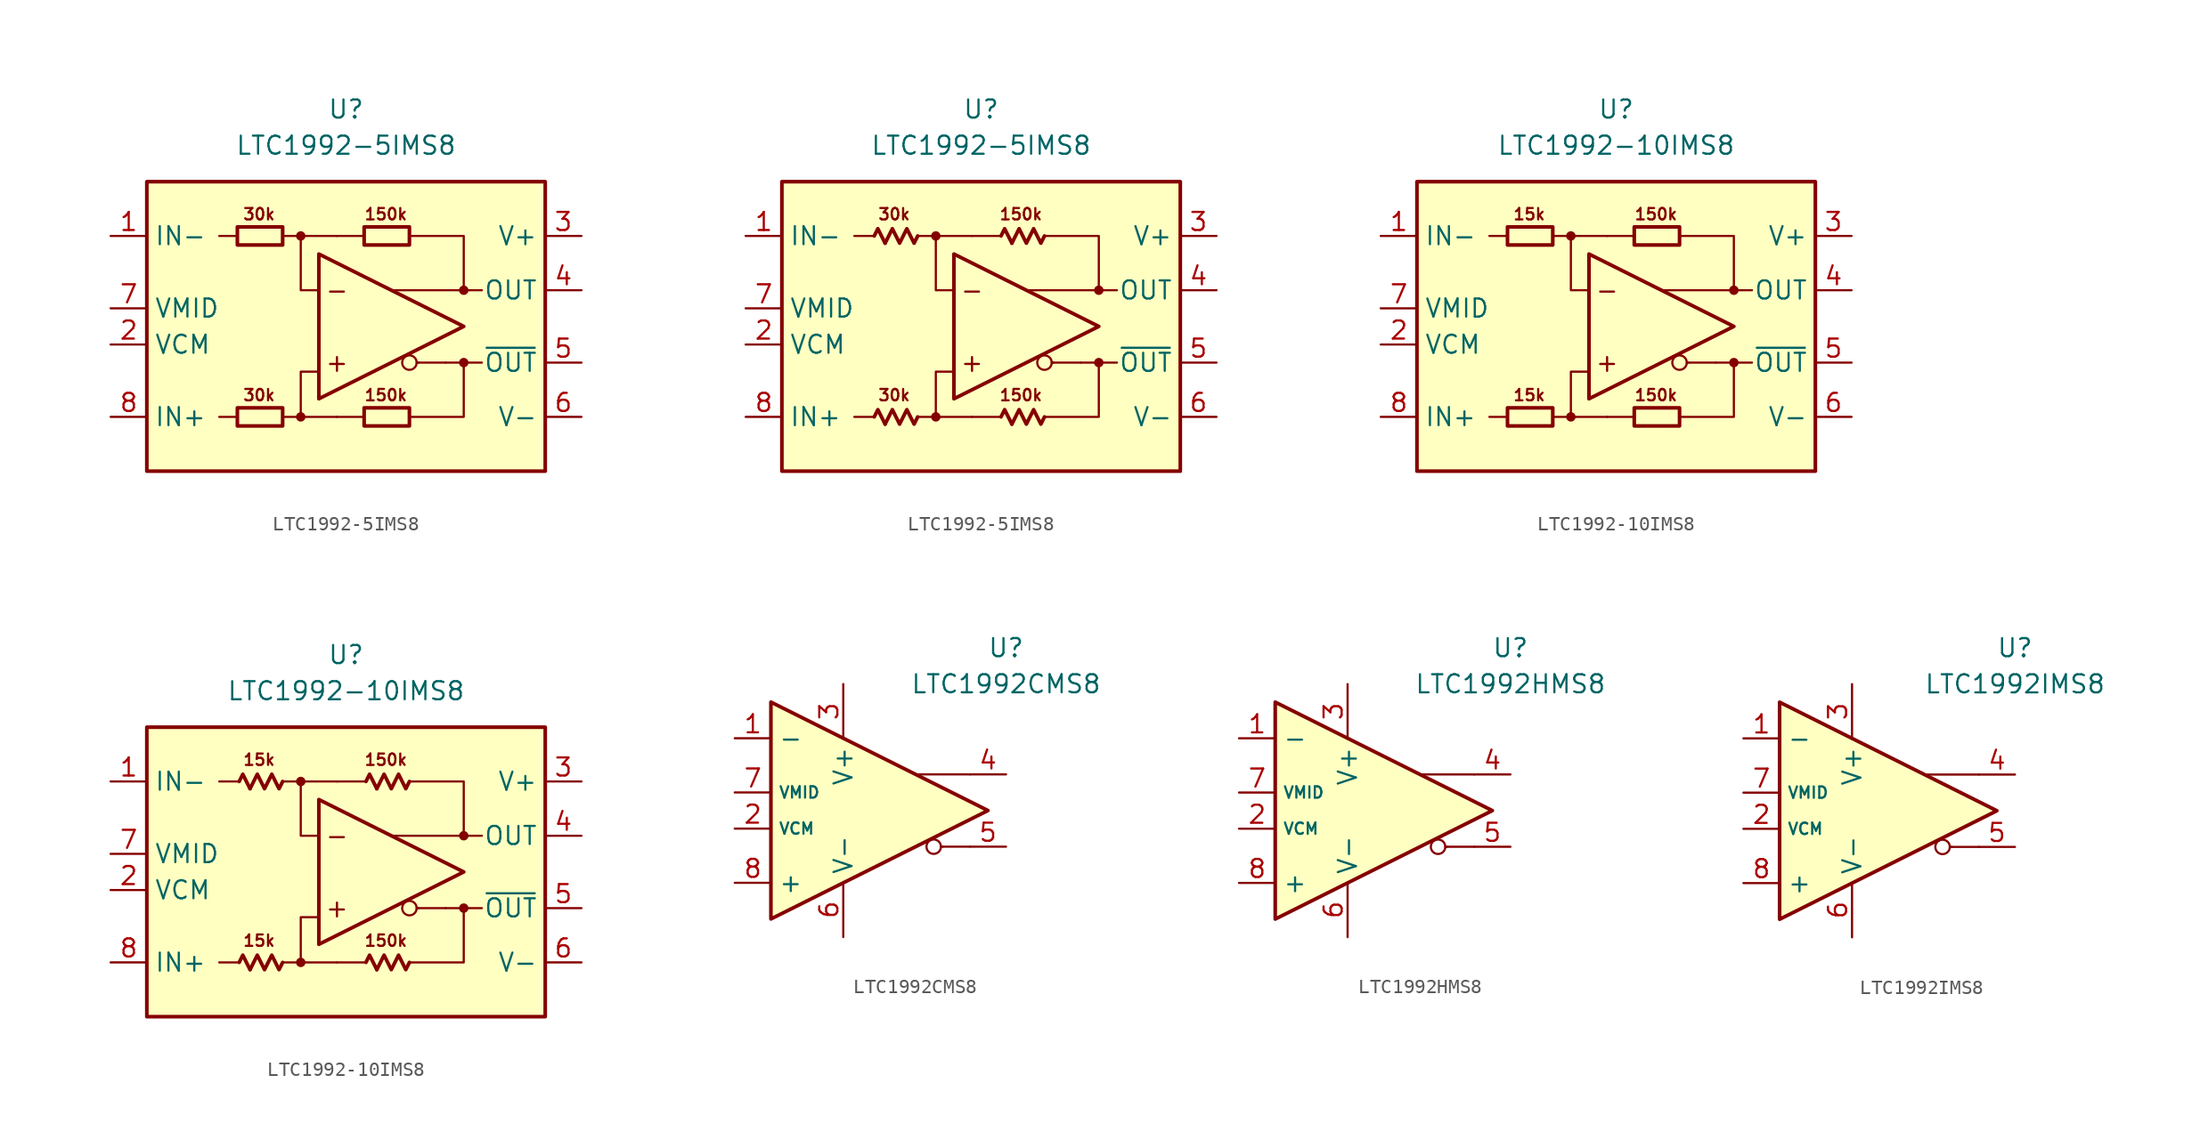
<source format=kicad_sym>
(kicad_symbol_lib
  (version 20231120)
  (generator "kicad_symbol_editor")
  (generator_version "8.0")
  (symbol "LTC1992-5IMS8"
    (property "Reference" "U"
      (at 0 15.24 0)
      (effects (font (size 1.27 1.27))))
    (property "Value" "LTC1992-5IMS8"
      (at 0 12.7 0)
      (effects (font (size 1.27 1.27))))
    (symbol "LTC1992-5IMS8_0_0"
      (rectangle (start -13.97 10.16) (end 13.97 -10.16) (stroke (width 0.254) (type default)) (fill (type background)))
      (circle (center -3.175 -6.35) (radius 0.254) (stroke (width 0.152) (type default)) (fill (type outline)))
      (circle (center -3.175 6.35) (radius 0.254) (stroke (width 0.152) (type default)) (fill (type outline)))
      (polyline (pts (xy -7.62 -6.35) (xy -8.89 -6.35)) (stroke (width 0.152) (type default)) (fill (type none)))
      (polyline (pts (xy -7.62 6.35) (xy -8.89 6.35)) (stroke (width 0.152) (type default)) (fill (type none)))
      (polyline (pts (xy -3.175 6.35) (xy -0.635 6.35)) (stroke (width 0.152) (type default)) (fill (type none)))
      (polyline (pts (xy -0.635 -6.35) (xy -3.175 -6.35)) (stroke (width 0.152) (type default)) (fill (type none)))
      (polyline (pts (xy 1.27 -6.35) (xy -0.635 -6.35)) (stroke (width 0.152) (type default)) (fill (type none)))
      (polyline (pts (xy 1.27 6.35) (xy -0.635 6.35)) (stroke (width 0.152) (type default)) (fill (type none)))
      (polyline (pts (xy 5.08 -2.54) (xy 4.953 -2.54)) (stroke (width 0.152) (type default)) (fill (type none)))
      (polyline (pts (xy 6.985 -2.54) (xy 5.08 -2.54)) (stroke (width 0.152) (type default)) (fill (type none)))
      (polyline (pts (xy 8.255 -2.54) (xy 9.525 -2.54)) (stroke (width 0.152) (type default)) (fill (type none)))
      (polyline (pts (xy 8.255 2.54) (xy 9.525 2.54)) (stroke (width 0.152) (type default)) (fill (type none)))
      (polyline (pts (xy -4.445 -6.35) (xy -3.175 -6.35) (xy -3.175 -3.175) (xy -1.905 -3.175)) (stroke (width 0.152) (type default)) (fill (type none)))
      (polyline (pts (xy -1.905 2.54) (xy -3.175 2.54) (xy -3.175 6.35) (xy -4.445 6.35)) (stroke (width 0.152) (type default)) (fill (type none)))
      (polyline (pts (xy 4.445 6.35) (xy 8.255 6.35) (xy 8.255 2.54) (xy 3.175 2.54)) (stroke (width 0.152) (type default)) (fill (type none)))
      (polyline (pts (xy 6.985 -2.54) (xy 8.255 -2.54) (xy 8.255 -6.35) (xy 4.445 -6.35)) (stroke (width 0.152) (type default)) (fill (type none)))
      (circle (center 4.445 -2.54) (radius 0.508) (stroke (width 0.152) (type default)) (fill (type none)))
      (circle (center 8.255 -2.54) (radius 0.254) (stroke (width 0.152) (type default)) (fill (type outline)))
      (circle (center 8.255 2.54) (radius 0.254) (stroke (width 0.152) (type default)) (fill (type outline)))
      (text "+" (at -0.635 -2.54 0) (effects (font (size 1.27 1.27))))
      (text "-" (at -0.635 2.54 0) (effects (font (size 1.27 1.27)))))
    (symbol "LTC1992-5IMS8_0_1"
      (rectangle (start -7.62 -5.715) (end -4.445 -6.985) (stroke (width 0.254) (type default)) (fill (type none)))
      (rectangle (start -7.62 6.985) (end -4.445 5.715) (stroke (width 0.254) (type default)) (fill (type none)))
      (rectangle (start 1.27 -5.715) (end 4.445 -6.985) (stroke (width 0.254) (type default)) (fill (type none)))
      (rectangle (start 1.27 6.985) (end 4.445 5.715) (stroke (width 0.254) (type default)) (fill (type none))))
    (symbol "LTC1992-5IMS8_0_2"
      (polyline (pts (xy -6.731 -6.858) (xy -7.239 -5.842) (xy -7.493 -6.35)) (stroke (width 0.254) (type default)) (fill (type none)))
      (polyline (pts (xy -6.731 5.842) (xy -7.239 6.858) (xy -7.493 6.35)) (stroke (width 0.254) (type default)) (fill (type none)))
      (polyline (pts (xy 2.159 -6.858) (xy 1.651 -5.842) (xy 1.397 -6.35)) (stroke (width 0.254) (type default)) (fill (type none)))
      (polyline (pts (xy 2.159 5.842) (xy 1.651 6.858) (xy 1.397 6.35)) (stroke (width 0.254) (type default)) (fill (type none)))
      (polyline (pts (xy -4.445 -6.35) (xy -4.699 -6.858) (xy -5.207 -5.842) (xy -5.715 -6.858) (xy -6.223 -5.842) (xy -6.731 -6.858)) (stroke (width 0.254) (type default)) (fill (type none)))
      (polyline (pts (xy -4.445 6.35) (xy -4.699 5.842) (xy -5.207 6.858) (xy -5.715 5.842) (xy -6.223 6.858) (xy -6.731 5.842)) (stroke (width 0.254) (type default)) (fill (type none)))
      (polyline (pts (xy 4.445 -6.35) (xy 4.191 -6.858) (xy 3.683 -5.842) (xy 3.175 -6.858) (xy 2.667 -5.842) (xy 2.159 -6.858)) (stroke (width 0.254) (type default)) (fill (type none)))
      (polyline (pts (xy 4.445 6.35) (xy 4.191 5.842) (xy 3.683 6.858) (xy 3.175 5.842) (xy 2.667 6.858) (xy 2.159 5.842)) (stroke (width 0.254) (type default)) (fill (type none))))
    (symbol "LTC1992-5IMS8_1_0"
      (polyline (pts (xy -1.905 5.08) (xy -1.905 -5.08) (xy 8.255 0) (xy -1.905 5.08)) (stroke (width 0.254) (type default)) (fill (type none)))
      (text "150k" (at 2.794 -4.826 0) (effects (font (size 0.8 0.8))))
      (text "150k" (at 2.794 7.874 0) (effects (font (size 0.8 0.8))))
      (text "30k" (at -6.096 -4.826 0) (effects (font (size 0.8 0.8))))
      (text "30k" (at -6.096 7.874 0) (effects (font (size 0.8 0.8)))))
    (symbol "LTC1992-5IMS8_1_1"
      (pin input line (at -16.51 6.35 0) (length 2.54) (name "IN-" (effects (font (size 1.27 1.27)))) (number "1" (effects (font (size 1.27 1.27)))))
      (pin input line (at -16.51 -1.27 0) (length 2.54) (name "VCM" (effects (font (size 1.27 1.27)))) (number "2" (effects (font (size 1.27 1.27)))))
      (pin power_in line (at 16.51 6.35 180) (length 2.54) (name "V+" (effects (font (size 1.27 1.27)))) (number "3" (effects (font (size 1.27 1.27)))))
      (pin output line (at 16.51 2.54 180) (length 2.54) (name "OUT" (effects (font (size 1.27 1.27)))) (number "4" (effects (font (size 1.27 1.27)))))
      (pin output line (at 16.51 -2.54 180) (length 2.54) (name "~{OUT}" (effects (font (size 1.27 1.27)))) (number "5" (effects (font (size 1.27 1.27)))))
      (pin power_in line (at 16.51 -6.35 180) (length 2.54) (name "V-" (effects (font (size 1.27 1.27)))) (number "6" (effects (font (size 1.27 1.27)))))
      (pin output line (at -16.51 1.27 0) (length 2.54) (name "VMID" (effects (font (size 1.27 1.27)))) (number "7" (effects (font (size 1.27 1.27)))))
      (pin input line (at -16.51 -6.35 0) (length 2.54) (name "IN+" (effects (font (size 1.27 1.27)))) (number "8" (effects (font (size 1.27 1.27))))))
    (symbol "LTC1992-5IMS8_1_2"
      (pin input line (at -16.51 6.35 0) (length 2.54) (name "IN-" (effects (font (size 1.27 1.27)))) (number "1" (effects (font (size 1.27 1.27)))))
      (pin input line (at -16.51 -1.27 0) (length 2.54) (name "VCM" (effects (font (size 1.27 1.27)))) (number "2" (effects (font (size 1.27 1.27)))))
      (pin power_in line (at 16.51 6.35 180) (length 2.54) (name "V+" (effects (font (size 1.27 1.27)))) (number "3" (effects (font (size 1.27 1.27)))))
      (pin output line (at 16.51 2.54 180) (length 2.54) (name "OUT" (effects (font (size 1.27 1.27)))) (number "4" (effects (font (size 1.27 1.27)))))
      (pin output line (at 16.51 -2.54 180) (length 2.54) (name "~{OUT}" (effects (font (size 1.27 1.27)))) (number "5" (effects (font (size 1.27 1.27)))))
      (pin power_in line (at 16.51 -6.35 180) (length 2.54) (name "V-" (effects (font (size 1.27 1.27)))) (number "6" (effects (font (size 1.27 1.27)))))
      (pin output line (at -16.51 1.27 0) (length 2.54) (name "VMID" (effects (font (size 1.27 1.27)))) (number "7" (effects (font (size 1.27 1.27)))))
      (pin input line (at -16.51 -6.35 0) (length 2.54) (name "IN+" (effects (font (size 1.27 1.27)))) (number "8" (effects (font (size 1.27 1.27)))))))
  (symbol "LTC1992-10IMS8"
    (property "Reference" "U"
      (at 0 15.24 0)
      (effects (font (size 1.27 1.27))))
    (property "Value" "LTC1992-10IMS8"
      (at 0 12.7 0)
      (effects (font (size 1.27 1.27))))
    (symbol "LTC1992-10IMS8_0_0"
      (rectangle (start -13.97 10.16) (end 13.97 -10.16) (stroke (width 0.254) (type default)) (fill (type background)))
      (circle (center -3.175 -6.35) (radius 0.254) (stroke (width 0.152) (type default)) (fill (type outline)))
      (circle (center -3.175 6.35) (radius 0.254) (stroke (width 0.152) (type default)) (fill (type outline)))
      (polyline (pts (xy -7.62 -6.35) (xy -8.89 -6.35)) (stroke (width 0.152) (type default)) (fill (type none)))
      (polyline (pts (xy -7.62 6.35) (xy -8.89 6.35)) (stroke (width 0.152) (type default)) (fill (type none)))
      (polyline (pts (xy -3.175 6.35) (xy -0.635 6.35)) (stroke (width 0.152) (type default)) (fill (type none)))
      (polyline (pts (xy -0.635 -6.35) (xy -3.175 -6.35)) (stroke (width 0.152) (type default)) (fill (type none)))
      (polyline (pts (xy 1.27 -6.35) (xy -0.635 -6.35)) (stroke (width 0.152) (type default)) (fill (type none)))
      (polyline (pts (xy 1.27 6.35) (xy -0.635 6.35)) (stroke (width 0.152) (type default)) (fill (type none)))
      (polyline (pts (xy 5.08 -2.54) (xy 4.953 -2.54)) (stroke (width 0.152) (type default)) (fill (type none)))
      (polyline (pts (xy 6.985 -2.54) (xy 5.08 -2.54)) (stroke (width 0.152) (type default)) (fill (type none)))
      (polyline (pts (xy 8.255 -2.54) (xy 9.525 -2.54)) (stroke (width 0.152) (type default)) (fill (type none)))
      (polyline (pts (xy 8.255 2.54) (xy 9.525 2.54)) (stroke (width 0.152) (type default)) (fill (type none)))
      (polyline (pts (xy -4.445 -6.35) (xy -3.175 -6.35) (xy -3.175 -3.175) (xy -1.905 -3.175)) (stroke (width 0.152) (type default)) (fill (type none)))
      (polyline (pts (xy -1.905 2.54) (xy -3.175 2.54) (xy -3.175 6.35) (xy -4.445 6.35)) (stroke (width 0.152) (type default)) (fill (type none)))
      (polyline (pts (xy 4.445 6.35) (xy 8.255 6.35) (xy 8.255 2.54) (xy 3.175 2.54)) (stroke (width 0.152) (type default)) (fill (type none)))
      (polyline (pts (xy 6.985 -2.54) (xy 8.255 -2.54) (xy 8.255 -6.35) (xy 4.445 -6.35)) (stroke (width 0.152) (type default)) (fill (type none)))
      (circle (center 4.445 -2.54) (radius 0.508) (stroke (width 0.152) (type default)) (fill (type none)))
      (circle (center 8.255 -2.54) (radius 0.254) (stroke (width 0.152) (type default)) (fill (type outline)))
      (circle (center 8.255 2.54) (radius 0.254) (stroke (width 0.152) (type default)) (fill (type outline)))
      (text "+" (at -0.635 -2.54 0) (effects (font (size 1.27 1.27))))
      (text "-" (at -0.635 2.54 0) (effects (font (size 1.27 1.27)))))
    (symbol "LTC1992-10IMS8_0_1"
      (rectangle (start -7.62 -5.715) (end -4.445 -6.985) (stroke (width 0.254) (type default)) (fill (type none)))
      (rectangle (start -7.62 6.985) (end -4.445 5.715) (stroke (width 0.254) (type default)) (fill (type none)))
      (rectangle (start 1.27 -5.715) (end 4.445 -6.985) (stroke (width 0.254) (type default)) (fill (type none)))
      (rectangle (start 1.27 6.985) (end 4.445 5.715) (stroke (width 0.254) (type default)) (fill (type none))))
    (symbol "LTC1992-10IMS8_0_2"
      (polyline (pts (xy -6.731 -6.858) (xy -7.239 -5.842) (xy -7.493 -6.35)) (stroke (width 0.254) (type default)) (fill (type none)))
      (polyline (pts (xy -6.731 5.842) (xy -7.239 6.858) (xy -7.493 6.35)) (stroke (width 0.254) (type default)) (fill (type none)))
      (polyline (pts (xy 2.159 -6.858) (xy 1.651 -5.842) (xy 1.397 -6.35)) (stroke (width 0.254) (type default)) (fill (type none)))
      (polyline (pts (xy 2.159 5.842) (xy 1.651 6.858) (xy 1.397 6.35)) (stroke (width 0.254) (type default)) (fill (type none)))
      (polyline (pts (xy -4.445 -6.35) (xy -4.699 -6.858) (xy -5.207 -5.842) (xy -5.715 -6.858) (xy -6.223 -5.842) (xy -6.731 -6.858)) (stroke (width 0.254) (type default)) (fill (type none)))
      (polyline (pts (xy -4.445 6.35) (xy -4.699 5.842) (xy -5.207 6.858) (xy -5.715 5.842) (xy -6.223 6.858) (xy -6.731 5.842)) (stroke (width 0.254) (type default)) (fill (type none)))
      (polyline (pts (xy 4.445 -6.35) (xy 4.191 -6.858) (xy 3.683 -5.842) (xy 3.175 -6.858) (xy 2.667 -5.842) (xy 2.159 -6.858)) (stroke (width 0.254) (type default)) (fill (type none)))
      (polyline (pts (xy 4.445 6.35) (xy 4.191 5.842) (xy 3.683 6.858) (xy 3.175 5.842) (xy 2.667 6.858) (xy 2.159 5.842)) (stroke (width 0.254) (type default)) (fill (type none))))
    (symbol "LTC1992-10IMS8_1_0"
      (polyline (pts (xy -1.905 5.08) (xy -1.905 -5.08) (xy 8.255 0) (xy -1.905 5.08)) (stroke (width 0.254) (type default)) (fill (type none)))
      (text "150k" (at 2.794 -4.826 0) (effects (font (size 0.8 0.8))))
      (text "150k" (at 2.794 7.874 0) (effects (font (size 0.8 0.8))))
      (text "15k" (at -6.096 -4.826 0) (effects (font (size 0.8 0.8))))
      (text "15k" (at -6.096 7.874 0) (effects (font (size 0.8 0.8)))))
    (symbol "LTC1992-10IMS8_1_1"
      (pin input line (at -16.51 6.35 0) (length 2.54) (name "IN-" (effects (font (size 1.27 1.27)))) (number "1" (effects (font (size 1.27 1.27)))))
      (pin input line (at -16.51 -1.27 0) (length 2.54) (name "VCM" (effects (font (size 1.27 1.27)))) (number "2" (effects (font (size 1.27 1.27)))))
      (pin power_in line (at 16.51 6.35 180) (length 2.54) (name "V+" (effects (font (size 1.27 1.27)))) (number "3" (effects (font (size 1.27 1.27)))))
      (pin output line (at 16.51 2.54 180) (length 2.54) (name "OUT" (effects (font (size 1.27 1.27)))) (number "4" (effects (font (size 1.27 1.27)))))
      (pin output line (at 16.51 -2.54 180) (length 2.54) (name "~{OUT}" (effects (font (size 1.27 1.27)))) (number "5" (effects (font (size 1.27 1.27)))))
      (pin power_in line (at 16.51 -6.35 180) (length 2.54) (name "V-" (effects (font (size 1.27 1.27)))) (number "6" (effects (font (size 1.27 1.27)))))
      (pin output line (at -16.51 1.27 0) (length 2.54) (name "VMID" (effects (font (size 1.27 1.27)))) (number "7" (effects (font (size 1.27 1.27)))))
      (pin input line (at -16.51 -6.35 0) (length 2.54) (name "IN+" (effects (font (size 1.27 1.27)))) (number "8" (effects (font (size 1.27 1.27))))))
    (symbol "LTC1992-10IMS8_1_2"
      (pin input line (at -16.51 6.35 0) (length 2.54) (name "IN-" (effects (font (size 1.27 1.27)))) (number "1" (effects (font (size 1.27 1.27)))))
      (pin input line (at -16.51 -1.27 0) (length 2.54) (name "VCM" (effects (font (size 1.27 1.27)))) (number "2" (effects (font (size 1.27 1.27)))))
      (pin power_in line (at 16.51 6.35 180) (length 2.54) (name "V+" (effects (font (size 1.27 1.27)))) (number "3" (effects (font (size 1.27 1.27)))))
      (pin output line (at 16.51 2.54 180) (length 2.54) (name "OUT" (effects (font (size 1.27 1.27)))) (number "4" (effects (font (size 1.27 1.27)))))
      (pin output line (at 16.51 -2.54 180) (length 2.54) (name "~{OUT}" (effects (font (size 1.27 1.27)))) (number "5" (effects (font (size 1.27 1.27)))))
      (pin power_in line (at 16.51 -6.35 180) (length 2.54) (name "V-" (effects (font (size 1.27 1.27)))) (number "6" (effects (font (size 1.27 1.27)))))
      (pin output line (at -16.51 1.27 0) (length 2.54) (name "VMID" (effects (font (size 1.27 1.27)))) (number "7" (effects (font (size 1.27 1.27)))))
      (pin input line (at -16.51 -6.35 0) (length 2.54) (name "IN+" (effects (font (size 1.27 1.27)))) (number "8" (effects (font (size 1.27 1.27)))))))
  (symbol "LTC1992CMS8"
    (property "Reference" "U"
      (at 8.89 11.43 0)
      (effects (font (size 1.27 1.27))))
    (property "Value" "LTC1992CMS8"
      (at 8.89 8.89 0)
      (effects (font (size 1.27 1.27))))
    (symbol "LTC1992CMS8_0_0"
      (polyline (pts (xy 4.445 -2.54) (xy 4.318 -2.54)) (stroke (width 0.152) (type default)) (fill (type none)))
      (polyline (pts (xy 6.35 -2.54) (xy 4.445 -2.54)) (stroke (width 0.152) (type default)) (fill (type none)))
      (polyline (pts (xy 6.35 2.54) (xy 2.54 2.54)) (stroke (width 0.152) (type default)) (fill (type none)))
      (circle (center 3.81 -2.54) (radius 0.508) (stroke (width 0.152) (type default)) (fill (type none))))
    (symbol "LTC1992CMS8_0_1"
      (polyline (pts (xy -7.62 7.62) (xy -7.62 -7.62) (xy 7.62 0) (xy -7.62 7.62)) (stroke (width 0.254) (type default)) (fill (type background))))
    (symbol "LTC1992CMS8_1_1"
      (pin input line (at -10.16 5.08 0) (length 2.54) (name "-" (effects (font (size 1.27 1.27)))) (number "1" (effects (font (size 1.27 1.27)))))
      (pin input line (at -10.16 -1.27 0) (length 2.54) (name "VCM" (effects (font (size 0.8 0.8)))) (number "2" (effects (font (size 1.27 1.27)))))
      (pin power_in line (at -2.54 8.89 270) (length 3.84) (name "V+" (effects (font (size 1.27 1.27)))) (number "3" (effects (font (size 1.27 1.27)))))
      (pin output line (at 8.89 2.54 180) (length 2.54) (name "~" (effects (font (size 1.27 1.27)))) (number "4" (effects (font (size 1.27 1.27)))))
      (pin output line (at 8.89 -2.54 180) (length 2.54) (name "~" (effects (font (size 1.27 1.27)))) (number "5" (effects (font (size 1.27 1.27)))))
      (pin power_in line (at -2.54 -8.89 90) (length 3.84) (name "V-" (effects (font (size 1.27 1.27)))) (number "6" (effects (font (size 1.27 1.27)))))
      (pin output line (at -10.16 1.27 0) (length 2.54) (name "VMID" (effects (font (size 0.8 0.8)))) (number "7" (effects (font (size 1.27 1.27)))))
      (pin input line (at -10.16 -5.08 0) (length 2.54) (name "+" (effects (font (size 1.27 1.27)))) (number "8" (effects (font (size 1.27 1.27)))))))
  (symbol "LTC1992HMS8"
    (property "Reference" "U"
      (at 8.89 11.43 0)
      (effects (font (size 1.27 1.27))))
    (property "Value" "LTC1992HMS8"
      (at 8.89 8.89 0)
      (effects (font (size 1.27 1.27))))
    (symbol "LTC1992HMS8_0_0"
      (polyline (pts (xy 4.445 -2.54) (xy 4.318 -2.54)) (stroke (width 0.152) (type default)) (fill (type none)))
      (polyline (pts (xy 6.35 -2.54) (xy 4.445 -2.54)) (stroke (width 0.152) (type default)) (fill (type none)))
      (polyline (pts (xy 6.35 2.54) (xy 2.54 2.54)) (stroke (width 0.152) (type default)) (fill (type none)))
      (circle (center 3.81 -2.54) (radius 0.508) (stroke (width 0.152) (type default)) (fill (type none))))
    (symbol "LTC1992HMS8_0_1"
      (polyline (pts (xy -7.62 7.62) (xy -7.62 -7.62) (xy 7.62 0) (xy -7.62 7.62)) (stroke (width 0.254) (type default)) (fill (type background))))
    (symbol "LTC1992HMS8_1_1"
      (pin input line (at -10.16 5.08 0) (length 2.54) (name "-" (effects (font (size 1.27 1.27)))) (number "1" (effects (font (size 1.27 1.27)))))
      (pin input line (at -10.16 -1.27 0) (length 2.54) (name "VCM" (effects (font (size 0.8 0.8)))) (number "2" (effects (font (size 1.27 1.27)))))
      (pin power_in line (at -2.54 8.89 270) (length 3.84) (name "V+" (effects (font (size 1.27 1.27)))) (number "3" (effects (font (size 1.27 1.27)))))
      (pin output line (at 8.89 2.54 180) (length 2.54) (name "~" (effects (font (size 1.27 1.27)))) (number "4" (effects (font (size 1.27 1.27)))))
      (pin output line (at 8.89 -2.54 180) (length 2.54) (name "~" (effects (font (size 1.27 1.27)))) (number "5" (effects (font (size 1.27 1.27)))))
      (pin power_in line (at -2.54 -8.89 90) (length 3.84) (name "V-" (effects (font (size 1.27 1.27)))) (number "6" (effects (font (size 1.27 1.27)))))
      (pin output line (at -10.16 1.27 0) (length 2.54) (name "VMID" (effects (font (size 0.8 0.8)))) (number "7" (effects (font (size 1.27 1.27)))))
      (pin input line (at -10.16 -5.08 0) (length 2.54) (name "+" (effects (font (size 1.27 1.27)))) (number "8" (effects (font (size 1.27 1.27)))))))
  (symbol "LTC1992IMS8"
    (property "Reference" "U"
      (at 8.89 11.43 0)
      (effects (font (size 1.27 1.27))))
    (property "Value" "LTC1992IMS8"
      (at 8.89 8.89 0)
      (effects (font (size 1.27 1.27))))
    (symbol "LTC1992IMS8_0_0"
      (polyline (pts (xy 4.445 -2.54) (xy 4.318 -2.54)) (stroke (width 0.152) (type default)) (fill (type none)))
      (polyline (pts (xy 6.35 -2.54) (xy 4.445 -2.54)) (stroke (width 0.152) (type default)) (fill (type none)))
      (polyline (pts (xy 6.35 2.54) (xy 2.54 2.54)) (stroke (width 0.152) (type default)) (fill (type none)))
      (circle (center 3.81 -2.54) (radius 0.508) (stroke (width 0.152) (type default)) (fill (type none))))
    (symbol "LTC1992IMS8_0_1"
      (polyline (pts (xy -7.62 7.62) (xy -7.62 -7.62) (xy 7.62 0) (xy -7.62 7.62)) (stroke (width 0.254) (type default)) (fill (type background))))
    (symbol "LTC1992IMS8_1_1"
      (pin input line (at -10.16 5.08 0) (length 2.54) (name "-" (effects (font (size 1.27 1.27)))) (number "1" (effects (font (size 1.27 1.27)))))
      (pin input line (at -10.16 -1.27 0) (length 2.54) (name "VCM" (effects (font (size 0.8 0.8)))) (number "2" (effects (font (size 1.27 1.27)))))
      (pin power_in line (at -2.54 8.89 270) (length 3.84) (name "V+" (effects (font (size 1.27 1.27)))) (number "3" (effects (font (size 1.27 1.27)))))
      (pin output line (at 8.89 2.54 180) (length 2.54) (name "~" (effects (font (size 1.27 1.27)))) (number "4" (effects (font (size 1.27 1.27)))))
      (pin output line (at 8.89 -2.54 180) (length 2.54) (name "~" (effects (font (size 1.27 1.27)))) (number "5" (effects (font (size 1.27 1.27)))))
      (pin power_in line (at -2.54 -8.89 90) (length 3.84) (name "V-" (effects (font (size 1.27 1.27)))) (number "6" (effects (font (size 1.27 1.27)))))
      (pin output line (at -10.16 1.27 0) (length 2.54) (name "VMID" (effects (font (size 0.8 0.8)))) (number "7" (effects (font (size 1.27 1.27)))))
      (pin input line (at -10.16 -5.08 0) (length 2.54) (name "+" (effects (font (size 1.27 1.27)))) (number "8" (effects (font (size 1.27 1.27))))))))
</source>
